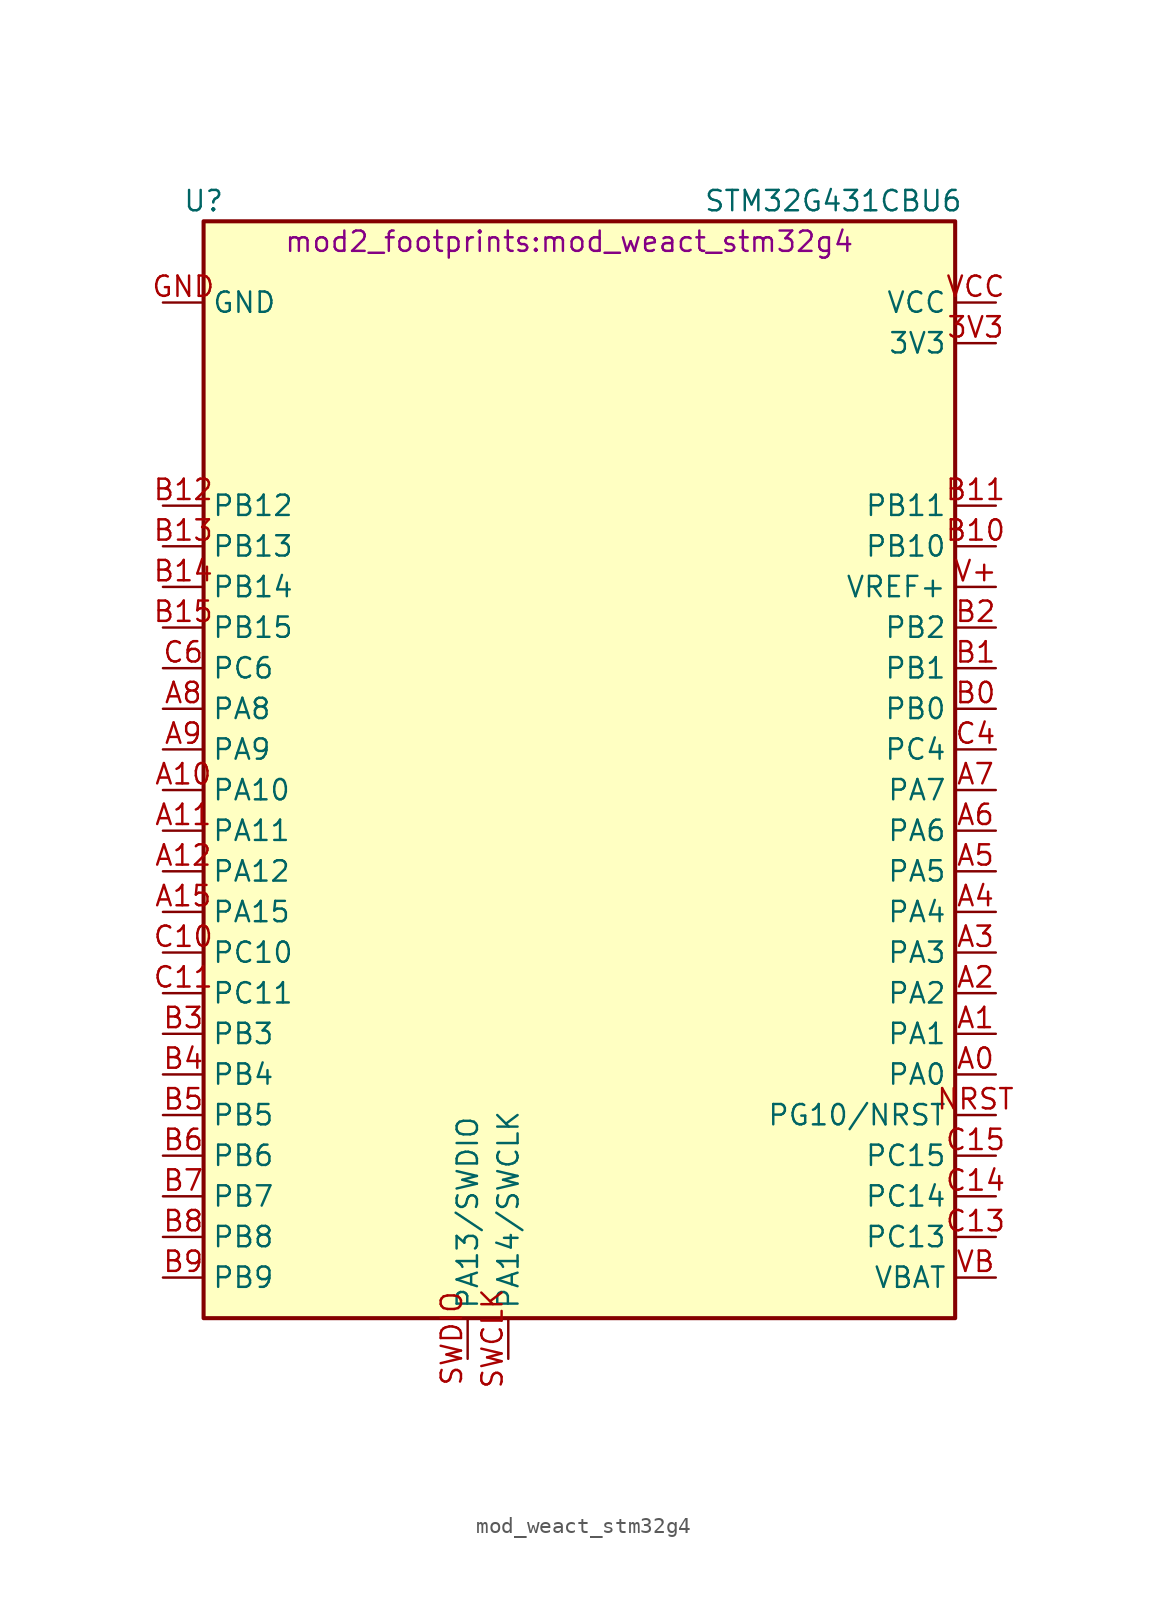
<source format=kicad_sym>
(kicad_symbol_lib
  (version 20220914)
  (generator kicad_symbol_editor)
  (symbol "mod_weact_stm32g4"
    (property "Reference" "U"
      (at 0 0 0)
      (effects (font (size 1.27 1.27))))
    (property "Value" "STM32G431CBU6"
      (at 39.37 0 0)
      (effects (font (size 1.27 1.27))))
    (property "Footprint" "mod2_footprints:mod_weact_stm32g4"
      (at 22.86 -2.54 0)
      (effects (font (size 1.27 1.27))))
    (symbol "mod_weact_stm32g4_0_1"
      (rectangle (start 0 -1.27) (end 46.99 -69.85) (stroke (width 0.254) (type default)) (fill (type background))))
    (symbol "mod_weact_stm32g4_1_1"
      (pin power_out line (at 49.53 -8.89 180) (length 2.54) (name "3V3" (effects (font (size 1.27 1.27)))) (number "3V3" (effects (font (size 1.27 1.27)))))
      (pin bidirectional line (at 49.53 -54.61 180) (length 2.54) (name "PA0" (effects (font (size 1.27 1.27)))) (number "A0" (effects (font (size 1.27 1.27)))) (alternate "ADC1_IN1" bidirectional line) (alternate "ADC2_IN1" bidirectional line) (alternate "COMP1_INM" bidirectional line) (alternate "COMP1_OUT" bidirectional line) (alternate "COMP3_INP" bidirectional line) (alternate "RTC_TAMP2" bidirectional line) (alternate "SYS_WKUP1" bidirectional line) (alternate "TIM2_CH1" bidirectional line) (alternate "TIM2_ETR" bidirectional line) (alternate "TIM8_BKIN" bidirectional line) (alternate "TIM8_ETR" bidirectional line) (alternate "USART2_CTS" bidirectional line) (alternate "USART2_NSS" bidirectional line))
      (pin bidirectional line (at 49.53 -52.07 180) (length 2.54) (name "PA1" (effects (font (size 1.27 1.27)))) (number "A1" (effects (font (size 1.27 1.27)))) (alternate "ADC1_IN2" bidirectional line) (alternate "ADC2_IN2" bidirectional line) (alternate "COMP1_INP" bidirectional line) (alternate "OPAMP1_VINP" bidirectional line) (alternate "OPAMP1_VINP_SEC" bidirectional line) (alternate "OPAMP3_VINP" bidirectional line) (alternate "OPAMP3_VINP_SEC" bidirectional line) (alternate "RTC_REFIN" bidirectional line) (alternate "TIM15_CH1N" bidirectional line) (alternate "TIM2_CH2" bidirectional line) (alternate "USART2_DE" bidirectional line) (alternate "USART2_RTS" bidirectional line))
      (pin bidirectional line (at -2.54 -36.83 0) (length 2.54) (name "PA10" (effects (font (size 1.27 1.27)))) (number "A10" (effects (font (size 1.27 1.27)))) (alternate "CRS_SYNC" bidirectional line) (alternate "DAC1_EXTI10" bidirectional line) (alternate "DAC3_EXTI10" bidirectional line) (alternate "I2C2_SMBA" bidirectional line) (alternate "SAI1_D1" bidirectional line) (alternate "SAI1_SD_A" bidirectional line) (alternate "SPI2_MISO" bidirectional line) (alternate "TIM17_BKIN" bidirectional line) (alternate "TIM1_CH3" bidirectional line) (alternate "TIM2_CH4" bidirectional line) (alternate "TIM8_BKIN" bidirectional line) (alternate "UCPD1_DBCC2" bidirectional line) (alternate "USART1_RX" bidirectional line))
      (pin bidirectional line (at -2.54 -39.37 0) (length 2.54) (name "PA11" (effects (font (size 1.27 1.27)))) (number "A11" (effects (font (size 1.27 1.27)))) (alternate "ADC1_EXTI11" bidirectional line) (alternate "ADC2_EXTI11" bidirectional line) (alternate "COMP1_OUT" bidirectional line) (alternate "FDCAN1_RX" bidirectional line) (alternate "I2S2_SD" bidirectional line) (alternate "SPI2_MOSI" bidirectional line) (alternate "TIM1_BKIN2" bidirectional line) (alternate "TIM1_CH1N" bidirectional line) (alternate "TIM1_CH4" bidirectional line) (alternate "TIM4_CH1" bidirectional line) (alternate "USART1_CTS" bidirectional line) (alternate "USART1_NSS" bidirectional line) (alternate "USB_DM" bidirectional line))
      (pin bidirectional line (at -2.54 -41.91 0) (length 2.54) (name "PA12" (effects (font (size 1.27 1.27)))) (number "A12" (effects (font (size 1.27 1.27)))) (alternate "COMP2_OUT" bidirectional line) (alternate "FDCAN1_TX" bidirectional line) (alternate "I2S_CKIN" bidirectional line) (alternate "TIM16_CH1" bidirectional line) (alternate "TIM1_CH2N" bidirectional line) (alternate "TIM1_ETR" bidirectional line) (alternate "TIM4_CH2" bidirectional line) (alternate "USART1_DE" bidirectional line) (alternate "USART1_RTS" bidirectional line) (alternate "USB_DP" bidirectional line))
      (pin bidirectional line (at -2.54 -44.45 0) (length 2.54) (name "PA15" (effects (font (size 1.27 1.27)))) (number "A15" (effects (font (size 1.27 1.27)))) (alternate "ADC1_EXTI15" bidirectional line) (alternate "ADC2_EXTI15" bidirectional line) (alternate "I2C1_SCL" bidirectional line) (alternate "I2S3_WS" bidirectional line) (alternate "SPI1_NSS" bidirectional line) (alternate "SPI3_NSS" bidirectional line) (alternate "SYS_JTDI" bidirectional line) (alternate "TIM1_BKIN" bidirectional line) (alternate "TIM2_CH1" bidirectional line) (alternate "TIM2_ETR" bidirectional line) (alternate "TIM8_CH1" bidirectional line) (alternate "USART2_RX" bidirectional line))
      (pin bidirectional line (at 49.53 -49.53 180) (length 2.54) (name "PA2" (effects (font (size 1.27 1.27)))) (number "A2" (effects (font (size 1.27 1.27)))) (alternate "ADC1_IN3" bidirectional line) (alternate "COMP2_INM" bidirectional line) (alternate "COMP2_OUT" bidirectional line) (alternate "LPUART1_TX" bidirectional line) (alternate "OPAMP1_VOUT" bidirectional line) (alternate "RCC_LSCO" bidirectional line) (alternate "SYS_WKUP4" bidirectional line) (alternate "TIM15_CH1" bidirectional line) (alternate "TIM2_CH3" bidirectional line) (alternate "UCPD1_FRSTX1" bidirectional line) (alternate "UCPD1_FRSTX2" bidirectional line) (alternate "USART2_TX" bidirectional line))
      (pin bidirectional line (at 49.53 -46.99 180) (length 2.54) (name "PA3" (effects (font (size 1.27 1.27)))) (number "A3" (effects (font (size 1.27 1.27)))) (alternate "ADC1_IN4" bidirectional line) (alternate "COMP2_INP" bidirectional line) (alternate "LPUART1_RX" bidirectional line) (alternate "OPAMP1_VINM" bidirectional line) (alternate "OPAMP1_VINM0" bidirectional line) (alternate "OPAMP1_VINM_SEC" bidirectional line) (alternate "OPAMP1_VINP" bidirectional line) (alternate "OPAMP1_VINP_SEC" bidirectional line) (alternate "SAI1_CK1" bidirectional line) (alternate "SAI1_MCLK_A" bidirectional line) (alternate "TIM15_CH2" bidirectional line) (alternate "TIM2_CH4" bidirectional line) (alternate "USART2_RX" bidirectional line))
      (pin bidirectional line (at 49.53 -44.45 180) (length 2.54) (name "PA4" (effects (font (size 1.27 1.27)))) (number "A4" (effects (font (size 1.27 1.27)))) (alternate "ADC2_IN17" bidirectional line) (alternate "COMP1_INM" bidirectional line) (alternate "DAC1_OUT1" bidirectional line) (alternate "I2S3_WS" bidirectional line) (alternate "SAI1_FS_B" bidirectional line) (alternate "SPI1_NSS" bidirectional line) (alternate "SPI3_NSS" bidirectional line) (alternate "TIM3_CH2" bidirectional line) (alternate "USART2_CK" bidirectional line))
      (pin bidirectional line (at 49.53 -41.91 180) (length 2.54) (name "PA5" (effects (font (size 1.27 1.27)))) (number "A5" (effects (font (size 1.27 1.27)))) (alternate "ADC2_IN13" bidirectional line) (alternate "COMP2_INM" bidirectional line) (alternate "DAC1_OUT2" bidirectional line) (alternate "OPAMP2_VINM" bidirectional line) (alternate "OPAMP2_VINM0" bidirectional line) (alternate "OPAMP2_VINM_SEC" bidirectional line) (alternate "SPI1_SCK" bidirectional line) (alternate "TIM2_CH1" bidirectional line) (alternate "TIM2_ETR" bidirectional line) (alternate "UCPD1_FRSTX1" bidirectional line) (alternate "UCPD1_FRSTX2" bidirectional line))
      (pin bidirectional line (at 49.53 -39.37 180) (length 2.54) (name "PA6" (effects (font (size 1.27 1.27)))) (number "A6" (effects (font (size 1.27 1.27)))) (alternate "ADC2_IN3" bidirectional line) (alternate "COMP1_OUT" bidirectional line) (alternate "LPUART1_CTS" bidirectional line) (alternate "OPAMP2_VOUT" bidirectional line) (alternate "SPI1_MISO" bidirectional line) (alternate "TIM16_CH1" bidirectional line) (alternate "TIM1_BKIN" bidirectional line) (alternate "TIM3_CH1" bidirectional line) (alternate "TIM8_BKIN" bidirectional line))
      (pin bidirectional line (at 49.53 -36.83 180) (length 2.54) (name "PA7" (effects (font (size 1.27 1.27)))) (number "A7" (effects (font (size 1.27 1.27)))) (alternate "ADC2_IN4" bidirectional line) (alternate "COMP2_INP" bidirectional line) (alternate "COMP2_OUT" bidirectional line) (alternate "OPAMP1_VINP" bidirectional line) (alternate "OPAMP1_VINP_SEC" bidirectional line) (alternate "OPAMP2_VINP" bidirectional line) (alternate "OPAMP2_VINP_SEC" bidirectional line) (alternate "SPI1_MOSI" bidirectional line) (alternate "TIM17_CH1" bidirectional line) (alternate "TIM1_CH1N" bidirectional line) (alternate "TIM3_CH2" bidirectional line) (alternate "TIM8_CH1N" bidirectional line) (alternate "UCPD1_FRSTX1" bidirectional line) (alternate "UCPD1_FRSTX2" bidirectional line))
      (pin bidirectional line (at -2.54 -31.75 0) (length 2.54) (name "PA8" (effects (font (size 1.27 1.27)))) (number "A8" (effects (font (size 1.27 1.27)))) (alternate "I2C2_SDA" bidirectional line) (alternate "I2C3_SCL" bidirectional line) (alternate "I2S2_MCK" bidirectional line) (alternate "RCC_MCO" bidirectional line) (alternate "SAI1_CK2" bidirectional line) (alternate "SAI1_SCK_A" bidirectional line) (alternate "TIM1_CH1" bidirectional line) (alternate "TIM4_ETR" bidirectional line) (alternate "USART1_CK" bidirectional line))
      (pin bidirectional line (at -2.54 -34.29 0) (length 2.54) (name "PA9" (effects (font (size 1.27 1.27)))) (number "A9" (effects (font (size 1.27 1.27)))) (alternate "DAC1_EXTI9" bidirectional line) (alternate "DAC3_EXTI9" bidirectional line) (alternate "I2C2_SCL" bidirectional line) (alternate "I2C3_SMBA" bidirectional line) (alternate "I2S3_MCK" bidirectional line) (alternate "SAI1_FS_A" bidirectional line) (alternate "TIM15_BKIN" bidirectional line) (alternate "TIM1_CH2" bidirectional line) (alternate "TIM2_CH3" bidirectional line) (alternate "UCPD1_DBCC1" bidirectional line) (alternate "USART1_TX" bidirectional line))
      (pin bidirectional line (at 49.53 -31.75 180) (length 2.54) (name "PB0" (effects (font (size 1.27 1.27)))) (number "B0" (effects (font (size 1.27 1.27)))) (alternate "ADC1_IN15" bidirectional line) (alternate "COMP4_INP" bidirectional line) (alternate "OPAMP2_VINP" bidirectional line) (alternate "OPAMP2_VINP_SEC" bidirectional line) (alternate "OPAMP3_VINP" bidirectional line) (alternate "OPAMP3_VINP_SEC" bidirectional line) (alternate "TIM1_CH2N" bidirectional line) (alternate "TIM3_CH3" bidirectional line) (alternate "TIM8_CH2N" bidirectional line) (alternate "UCPD1_FRSTX1" bidirectional line) (alternate "UCPD1_FRSTX2" bidirectional line))
      (pin bidirectional line (at 49.53 -29.21 180) (length 2.54) (name "PB1" (effects (font (size 1.27 1.27)))) (number "B1" (effects (font (size 1.27 1.27)))) (alternate "ADC1_IN12" bidirectional line) (alternate "COMP1_INP" bidirectional line) (alternate "COMP4_OUT" bidirectional line) (alternate "LPUART1_DE" bidirectional line) (alternate "LPUART1_RTS" bidirectional line) (alternate "OPAMP3_VOUT" bidirectional line) (alternate "TIM1_CH3N" bidirectional line) (alternate "TIM3_CH4" bidirectional line) (alternate "TIM8_CH3N" bidirectional line))
      (pin bidirectional line (at 49.53 -21.59 180) (length 2.54) (name "PB10" (effects (font (size 1.27 1.27)))) (number "B10" (effects (font (size 1.27 1.27)))) (alternate "DAC1_EXTI10" bidirectional line) (alternate "DAC3_EXTI10" bidirectional line) (alternate "LPUART1_RX" bidirectional line) (alternate "OPAMP3_VINM" bidirectional line) (alternate "OPAMP3_VINM1" bidirectional line) (alternate "OPAMP3_VINM_SEC" bidirectional line) (alternate "SAI1_SCK_A" bidirectional line) (alternate "TIM1_BKIN" bidirectional line) (alternate "TIM2_CH3" bidirectional line) (alternate "USART3_TX" bidirectional line))
      (pin bidirectional line (at 49.53 -19.05 180) (length 2.54) (name "PB11" (effects (font (size 1.27 1.27)))) (number "B11" (effects (font (size 1.27 1.27)))) (alternate "ADC1_EXTI11" bidirectional line) (alternate "ADC1_IN14" bidirectional line) (alternate "ADC2_EXTI11" bidirectional line) (alternate "ADC2_IN14" bidirectional line) (alternate "LPUART1_TX" bidirectional line) (alternate "TIM2_CH4" bidirectional line) (alternate "USART3_RX" bidirectional line))
      (pin bidirectional line (at -2.54 -19.05 0) (length 2.54) (name "PB12" (effects (font (size 1.27 1.27)))) (number "B12" (effects (font (size 1.27 1.27)))) (alternate "ADC1_IN11" bidirectional line) (alternate "I2C2_SMBA" bidirectional line) (alternate "I2S2_WS" bidirectional line) (alternate "LPUART1_DE" bidirectional line) (alternate "LPUART1_RTS" bidirectional line) (alternate "SPI2_NSS" bidirectional line) (alternate "TIM1_BKIN" bidirectional line) (alternate "USART3_CK" bidirectional line))
      (pin bidirectional line (at -2.54 -21.59 0) (length 2.54) (name "PB13" (effects (font (size 1.27 1.27)))) (number "B13" (effects (font (size 1.27 1.27)))) (alternate "I2S2_CK" bidirectional line) (alternate "LPUART1_CTS" bidirectional line) (alternate "OPAMP3_VINP" bidirectional line) (alternate "OPAMP3_VINP_SEC" bidirectional line) (alternate "SPI2_SCK" bidirectional line) (alternate "TIM1_CH1N" bidirectional line) (alternate "USART3_CTS" bidirectional line) (alternate "USART3_NSS" bidirectional line))
      (pin bidirectional line (at -2.54 -24.13 0) (length 2.54) (name "PB14" (effects (font (size 1.27 1.27)))) (number "B14" (effects (font (size 1.27 1.27)))) (alternate "ADC1_IN5" bidirectional line) (alternate "COMP4_OUT" bidirectional line) (alternate "OPAMP2_VINP" bidirectional line) (alternate "OPAMP2_VINP_SEC" bidirectional line) (alternate "SPI2_MISO" bidirectional line) (alternate "TIM15_CH1" bidirectional line) (alternate "TIM1_CH2N" bidirectional line) (alternate "USART3_DE" bidirectional line) (alternate "USART3_RTS" bidirectional line))
      (pin bidirectional line (at -2.54 -26.67 0) (length 2.54) (name "PB15" (effects (font (size 1.27 1.27)))) (number "B15" (effects (font (size 1.27 1.27)))) (alternate "ADC1_EXTI15" bidirectional line) (alternate "ADC2_EXTI15" bidirectional line) (alternate "ADC2_IN15" bidirectional line) (alternate "COMP3_OUT" bidirectional line) (alternate "I2S2_SD" bidirectional line) (alternate "RTC_REFIN" bidirectional line) (alternate "SPI2_MOSI" bidirectional line) (alternate "TIM15_CH1N" bidirectional line) (alternate "TIM15_CH2" bidirectional line) (alternate "TIM1_CH3N" bidirectional line))
      (pin bidirectional line (at 49.53 -26.67 180) (length 2.54) (name "PB2" (effects (font (size 1.27 1.27)))) (number "B2" (effects (font (size 1.27 1.27)))) (alternate "ADC2_IN12" bidirectional line) (alternate "COMP4_INM" bidirectional line) (alternate "I2C3_SMBA" bidirectional line) (alternate "LPTIM1_OUT" bidirectional line) (alternate "OPAMP3_VINM" bidirectional line) (alternate "OPAMP3_VINM0" bidirectional line) (alternate "OPAMP3_VINM_SEC" bidirectional line) (alternate "RTC_OUT2" bidirectional line))
      (pin bidirectional line (at -2.54 -52.07 0) (length 2.54) (name "PB3" (effects (font (size 1.27 1.27)))) (number "B3" (effects (font (size 1.27 1.27)))) (alternate "CRS_SYNC" bidirectional line) (alternate "I2S3_CK" bidirectional line) (alternate "SAI1_SCK_B" bidirectional line) (alternate "SPI1_SCK" bidirectional line) (alternate "SPI3_SCK" bidirectional line) (alternate "SYS_JTDO-SWO" bidirectional line) (alternate "TIM2_CH2" bidirectional line) (alternate "TIM3_ETR" bidirectional line) (alternate "TIM4_ETR" bidirectional line) (alternate "TIM8_CH1N" bidirectional line) (alternate "USART2_TX" bidirectional line))
      (pin bidirectional line (at -2.54 -54.61 0) (length 2.54) (name "PB4" (effects (font (size 1.27 1.27)))) (number "B4" (effects (font (size 1.27 1.27)))) (alternate "SAI1_MCLK_B" bidirectional line) (alternate "SPI1_MISO" bidirectional line) (alternate "SPI3_MISO" bidirectional line) (alternate "SYS_JTRST" bidirectional line) (alternate "TIM16_CH1" bidirectional line) (alternate "TIM17_BKIN" bidirectional line) (alternate "TIM3_CH1" bidirectional line) (alternate "TIM8_CH2N" bidirectional line) (alternate "UCPD1_CC2" bidirectional line) (alternate "USART2_RX" bidirectional line))
      (pin bidirectional line (at -2.54 -57.15 0) (length 2.54) (name "PB5" (effects (font (size 1.27 1.27)))) (number "B5" (effects (font (size 1.27 1.27)))) (alternate "I2C1_SMBA" bidirectional line) (alternate "I2C3_SDA" bidirectional line) (alternate "I2S3_SD" bidirectional line) (alternate "LPTIM1_IN1" bidirectional line) (alternate "SAI1_SD_B" bidirectional line) (alternate "SPI1_MOSI" bidirectional line) (alternate "SPI3_MOSI" bidirectional line) (alternate "TIM16_BKIN" bidirectional line) (alternate "TIM17_CH1" bidirectional line) (alternate "TIM3_CH2" bidirectional line) (alternate "TIM8_CH3N" bidirectional line) (alternate "USART2_CK" bidirectional line))
      (pin bidirectional line (at -2.54 -59.69 0) (length 2.54) (name "PB6" (effects (font (size 1.27 1.27)))) (number "B6" (effects (font (size 1.27 1.27)))) (alternate "COMP4_OUT" bidirectional line) (alternate "LPTIM1_ETR" bidirectional line) (alternate "SAI1_FS_B" bidirectional line) (alternate "TIM16_CH1N" bidirectional line) (alternate "TIM4_CH1" bidirectional line) (alternate "TIM8_BKIN2" bidirectional line) (alternate "TIM8_CH1" bidirectional line) (alternate "TIM8_ETR" bidirectional line) (alternate "UCPD1_CC1" bidirectional line) (alternate "USART1_TX" bidirectional line))
      (pin bidirectional line (at -2.54 -62.23 0) (length 2.54) (name "PB7" (effects (font (size 1.27 1.27)))) (number "B7" (effects (font (size 1.27 1.27)))) (alternate "COMP3_OUT" bidirectional line) (alternate "I2C1_SDA" bidirectional line) (alternate "LPTIM1_IN2" bidirectional line) (alternate "SYS_PVD_IN" bidirectional line) (alternate "TIM17_CH1N" bidirectional line) (alternate "TIM3_CH4" bidirectional line) (alternate "TIM4_CH2" bidirectional line) (alternate "TIM8_BKIN" bidirectional line) (alternate "USART1_RX" bidirectional line))
      (pin bidirectional line (at -2.54 -64.77 0) (length 2.54) (name "PB8" (effects (font (size 1.27 1.27)))) (number "B8" (effects (font (size 1.27 1.27)))) (alternate "COMP1_OUT" bidirectional line) (alternate "FDCAN1_RX" bidirectional line) (alternate "I2C1_SCL" bidirectional line) (alternate "SAI1_CK1" bidirectional line) (alternate "SAI1_MCLK_A" bidirectional line) (alternate "TIM16_CH1" bidirectional line) (alternate "TIM1_BKIN" bidirectional line) (alternate "TIM4_CH3" bidirectional line) (alternate "TIM8_CH2" bidirectional line) (alternate "USART3_RX" bidirectional line))
      (pin bidirectional line (at -2.54 -67.31 0) (length 2.54) (name "PB9" (effects (font (size 1.27 1.27)))) (number "B9" (effects (font (size 1.27 1.27)))) (alternate "COMP2_OUT" bidirectional line) (alternate "DAC1_EXTI9" bidirectional line) (alternate "DAC3_EXTI9" bidirectional line) (alternate "FDCAN1_TX" bidirectional line) (alternate "I2C1_SDA" bidirectional line) (alternate "IR_OUT" bidirectional line) (alternate "SAI1_D2" bidirectional line) (alternate "SAI1_FS_A" bidirectional line) (alternate "TIM17_CH1" bidirectional line) (alternate "TIM1_CH3N" bidirectional line) (alternate "TIM4_CH4" bidirectional line) (alternate "TIM8_CH3" bidirectional line) (alternate "USART3_TX" bidirectional line))
      (pin bidirectional line (at -2.54 -46.99 0) (length 2.54) (name "PC10" (effects (font (size 1.27 1.27)))) (number "C10" (effects (font (size 1.27 1.27)))) (alternate "DAC1_EXTI10" bidirectional line) (alternate "DAC3_EXTI10" bidirectional line) (alternate "I2S3_CK" bidirectional line) (alternate "SPI3_SCK" bidirectional line) (alternate "TIM8_CH1N" bidirectional line) (alternate "USART3_TX" bidirectional line))
      (pin bidirectional line (at -2.54 -49.53 0) (length 2.54) (name "PC11" (effects (font (size 1.27 1.27)))) (number "C11" (effects (font (size 1.27 1.27)))) (alternate "ADC1_EXTI11" bidirectional line) (alternate "ADC2_EXTI11" bidirectional line) (alternate "I2C3_SDA" bidirectional line) (alternate "SPI3_MISO" bidirectional line) (alternate "TIM8_CH2N" bidirectional line) (alternate "USART3_RX" bidirectional line))
      (pin bidirectional line (at 49.53 -64.77 180) (length 2.54) (name "PC13" (effects (font (size 1.27 1.27)))) (number "C13" (effects (font (size 1.27 1.27)))) (alternate "RTC_OUT1" bidirectional line) (alternate "RTC_TAMP1" bidirectional line) (alternate "RTC_TS" bidirectional line) (alternate "SYS_WKUP2" bidirectional line) (alternate "TIM1_BKIN" bidirectional line) (alternate "TIM1_CH1N" bidirectional line) (alternate "TIM8_CH4N" bidirectional line))
      (pin bidirectional line (at 49.53 -62.23 180) (length 2.54) (name "PC14" (effects (font (size 1.27 1.27)))) (number "C14" (effects (font (size 1.27 1.27)))) (alternate "RCC_OSC32_IN" bidirectional line))
      (pin bidirectional line (at 49.53 -59.69 180) (length 2.54) (name "PC15" (effects (font (size 1.27 1.27)))) (number "C15" (effects (font (size 1.27 1.27)))) (alternate "ADC1_EXTI15" bidirectional line) (alternate "ADC2_EXTI15" bidirectional line) (alternate "RCC_OSC32_OUT" bidirectional line))
      (pin bidirectional line (at 49.53 -34.29 180) (length 2.54) (name "PC4" (effects (font (size 1.27 1.27)))) (number "C4" (effects (font (size 1.27 1.27)))) (alternate "ADC2_IN5" bidirectional line) (alternate "I2C2_SCL" bidirectional line) (alternate "TIM1_ETR" bidirectional line) (alternate "USART1_TX" bidirectional line))
      (pin bidirectional line (at -2.54 -29.21 0) (length 2.54) (name "PC6" (effects (font (size 1.27 1.27)))) (number "C6" (effects (font (size 1.27 1.27)))) (alternate "I2S2_MCK" bidirectional line) (alternate "TIM3_CH1" bidirectional line) (alternate "TIM8_CH1" bidirectional line))
      (pin power_in line (at -2.54 -6.35 0) (length 2.54) (name "GND" (effects (font (size 1.27 1.27)))) (number "GND" (effects (font (size 1.27 1.27)))))
      (pin bidirectional line (at 49.53 -57.15 180) (length 2.54) (name "PG10/NRST" (effects (font (size 1.27 1.27)))) (number "NRST" (effects (font (size 1.27 1.27)))) (alternate "DAC1_EXTI10" bidirectional line) (alternate "DAC3_EXTI10" bidirectional line) (alternate "RCC_MCO" bidirectional line))
      (pin bidirectional line (at 19.05 -72.39 90) (length 2.54) (name "PA14/SWCLK" (effects (font (size 1.27 1.27)))) (number "SWCLK" (effects (font (size 1.27 1.27)))) (alternate "I2C1_SDA" bidirectional line) (alternate "LPTIM1_OUT" bidirectional line) (alternate "SAI1_FS_B" bidirectional line) (alternate "SYS_JTCK-SWCLK" bidirectional line) (alternate "TIM1_BKIN" bidirectional line) (alternate "TIM8_CH2" bidirectional line) (alternate "USART2_TX" bidirectional line))
      (pin bidirectional line (at 16.51 -72.39 90) (length 2.54) (name "PA13/SWDIO" (effects (font (size 1.27 1.27)))) (number "SWDIO" (effects (font (size 1.27 1.27)))) (alternate "I2C1_SCL" bidirectional line) (alternate "IR_OUT" bidirectional line) (alternate "SAI1_SD_B" bidirectional line) (alternate "SYS_JTMS-SWDIO" bidirectional line) (alternate "TIM16_CH1N" bidirectional line) (alternate "TIM4_CH3" bidirectional line) (alternate "USART3_CTS" bidirectional line) (alternate "USART3_NSS" bidirectional line))
      (pin input line (at 49.53 -24.13 180) (length 2.54) (name "VREF+" (effects (font (size 1.27 1.27)))) (number "V+" (effects (font (size 1.27 1.27)))) (alternate "VREFBUF_OUT" bidirectional line))
      (pin power_in line (at 49.53 -67.31 180) (length 2.54) (name "VBAT" (effects (font (size 1.27 1.27)))) (number "VB" (effects (font (size 1.27 1.27)))))
      (pin power_in line (at 49.53 -6.35 180) (length 2.54) (name "VCC" (effects (font (size 1.27 1.27)))) (number "VCC" (effects (font (size 1.27 1.27))))))))
</source>
